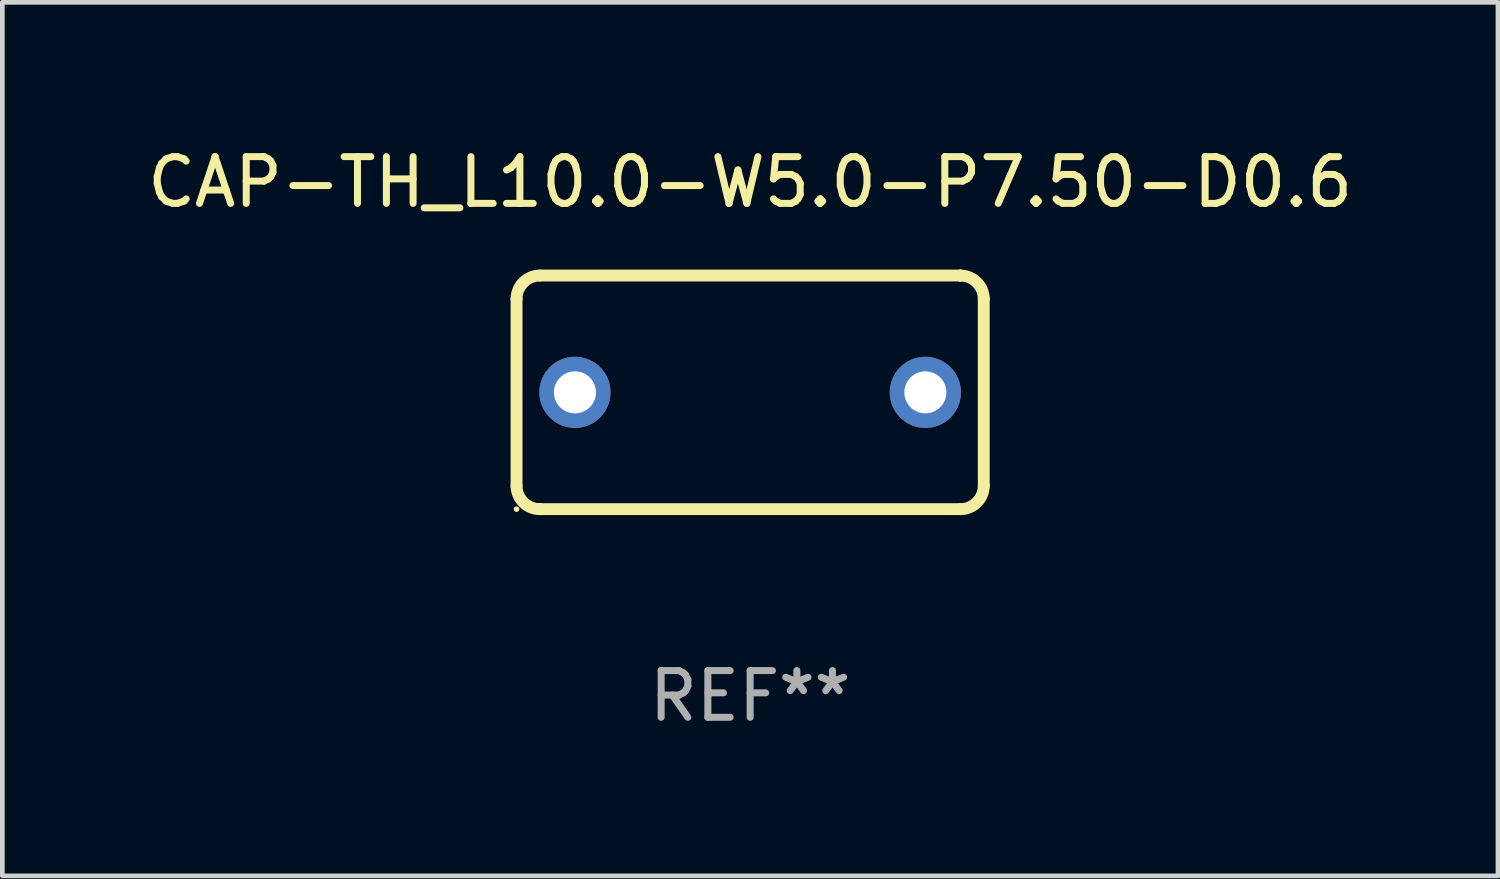
<source format=kicad_pcb>
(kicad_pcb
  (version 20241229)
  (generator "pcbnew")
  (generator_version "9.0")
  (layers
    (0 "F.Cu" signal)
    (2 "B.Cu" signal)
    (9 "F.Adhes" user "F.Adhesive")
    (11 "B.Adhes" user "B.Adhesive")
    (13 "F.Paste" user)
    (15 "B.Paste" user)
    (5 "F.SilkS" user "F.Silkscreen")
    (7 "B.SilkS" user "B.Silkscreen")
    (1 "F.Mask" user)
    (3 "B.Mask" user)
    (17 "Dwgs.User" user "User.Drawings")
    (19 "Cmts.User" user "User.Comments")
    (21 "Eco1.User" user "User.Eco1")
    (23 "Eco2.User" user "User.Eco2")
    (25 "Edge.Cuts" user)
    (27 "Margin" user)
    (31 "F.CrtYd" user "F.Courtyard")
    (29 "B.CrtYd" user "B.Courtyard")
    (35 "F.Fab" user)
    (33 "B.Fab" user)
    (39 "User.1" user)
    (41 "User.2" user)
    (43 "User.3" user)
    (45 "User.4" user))
  (footprint "CAP-TH_L10.0-W5.0-P7.50-D0.6"
    (layer "F.Cu")
    (at 13.006 5.348)
    (property "Reference" "CAP-TH_L10.0-W5.0-P7.50-D0.6" (at 0 -4.5 0) (layer "F.SilkS") (effects (font (size 1 1) (thickness 0.15))))
    (attr through_hole)
    (fp_line (start -5 2) (end -5 -2) (stroke (width 0.254) (type solid)) (layer "F.SilkS"))
    (fp_line (start -4.5 -2.5) (end 4.5 -2.5) (stroke (width 0.254) (type solid)) (layer "F.SilkS"))
    (fp_line (start -4.5 2.5) (end -4.5 2.5) (stroke (width 0.254) (type solid)) (layer "F.SilkS"))
    (fp_line (start 4.5 -2.5) (end 4.5 -2.5) (stroke (width 0.254) (type solid)) (layer "F.SilkS"))
    (fp_line (start 4.5 2.5) (end -4.5 2.5) (stroke (width 0.254) (type solid)) (layer "F.SilkS"))
    (fp_line (start 5 -2) (end 5 2) (stroke (width 0.254) (type solid)) (layer "F.SilkS"))
    (fp_arc (start -5.000051 -2.000025) (mid -4.853596 -2.353562) (end -4.500051 -2.5) (stroke (width 0.254001) (type solid)) (layer "F.SilkS"))
    (fp_arc (start -4.5 2.500025) (mid -4.853553 2.353578) (end -5 2.000025) (stroke (width 0.254001) (type solid)) (layer "F.SilkS"))
    (fp_arc (start 4.5 -2.499975) (mid 4.853553 -2.353528) (end 5 -1.999975) (stroke (width 0.254001) (type solid)) (layer "F.SilkS"))
    (fp_arc (start 5.000051 2.000025) (mid 4.853596 2.353562) (end 4.500051 2.5) (stroke (width 0.254001) (type solid)) (layer "F.SilkS"))
    (fp_circle (center -5 2.5) (end -4.97 2.5) (stroke (width 0.06) (type solid)) (fill no) (layer "F.SilkS"))
    (fp_text user "REF**" (at 0 6.5 0) (layer "F.Fab") (effects (font (size 1 1) (thickness 0.15))))
    (pad "1" thru_hole circle (at -3.75 0) (size 1.524 1.524) (drill 0.9) (layers "*.Cu" "*.Mask"))
    (pad "2" thru_hole circle (at 3.75 0) (size 1.524 1.524) (drill 0.9) (layers "*.Cu" "*.Mask")))
  (gr_rect
    (start -3 -3)
    (end 29.012 15.697)
    (stroke (width 0.1) (type default))
    (fill no)
    (layer "Edge.Cuts")))
</source>
